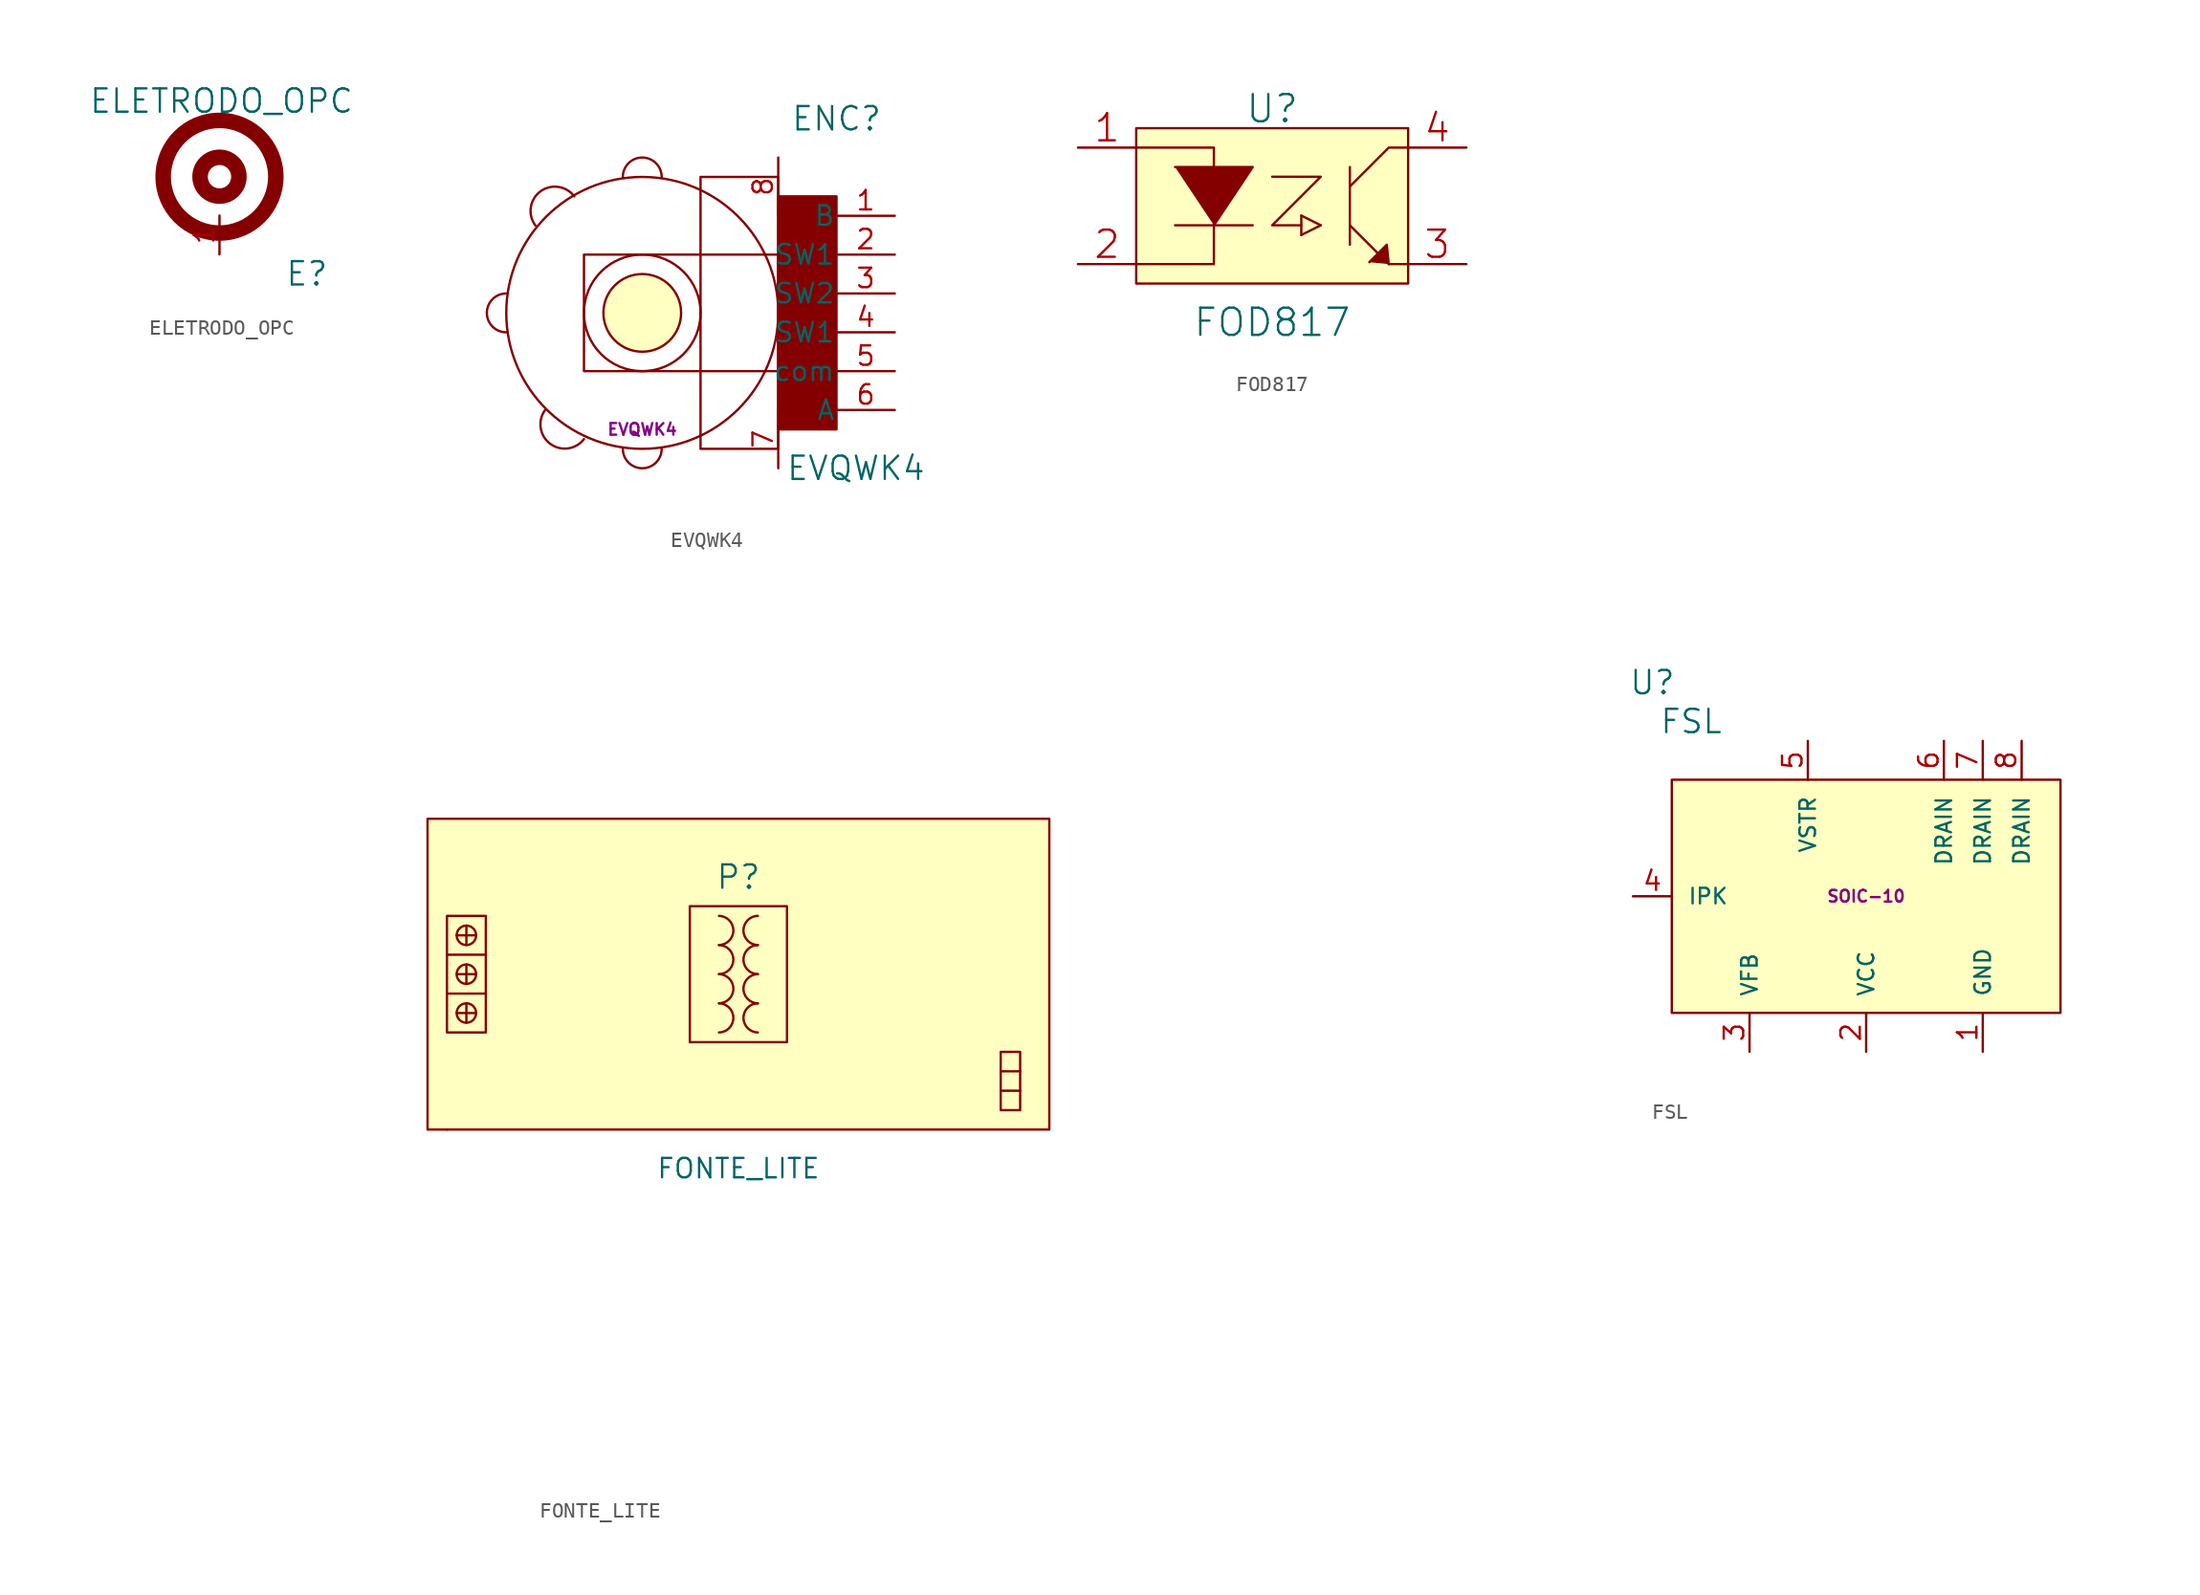
<source format=kicad_sym>
(kicad_symbol_lib
  (version 20220914)
  (generator kicad_symbol_editor)
  (symbol "ELETRODO_OPC"
    (pin_names
      (offset 1.016))
    (property "Reference" "E"
      (at 5.715 -6.35 0)
      (effects (font (size 1.524 1.524))))
    (property "Value" "ELETRODO_OPC"
      (at 0.127 4.953 0)
      (effects (font (size 1.524 1.524))))
    (property "Footprint" ""
      (at 0 0 0)
      (effects (font (size 1.524 1.524))))
    (property "Datasheet" ""
      (at 0 0 0)
      (effects (font (size 1.524 1.524))))
    (symbol "ELETRODO_OPC_0_1"
      (circle (center 0 0) (radius 1.27) (stroke (width 1.016) (type default)) (fill (type none)))
      (circle (center 0 0) (radius 3.683) (stroke (width 1.016) (type default)) (fill (type none))))
    (symbol "ELETRODO_OPC_1_1"
      (pin input line (at 0 -5.08 90) (length 2.54) (name "~" (effects (font (size 2.54 2.54)))) (number "1" (effects (font (size 1.27 1.27)))))))
  (symbol "EVQWK4"
    (pin_names
      (offset 0.051))
    (property "Reference" "ENC"
      (at 0 12.7 0)
      (effects (font (size 1.524 1.524))))
    (property "Value" "EVQWK4"
      (at 1.27 -10.16 0)
      (effects (font (size 1.524 1.524))))
    (property "Footprint" "EVQWK4"
      (at -12.7 -7.62 0)
      (effects (font (size 0.762 0.762))))
    (property "Datasheet" ""
      (at 0 0 0)
      (effects (font (size 1.524 1.524))))
    (symbol "EVQWK4_0_1"
      (arc (start -21.59 1.27) (mid -22.8545 0) (end -21.59 -1.27) (stroke (width 0) (type default)) (fill (type none)))
      (arc (start -19.05 -6.35) (mid -18.7279 -8.5538) (end -16.51 -8.255) (stroke (width 0) (type default)) (fill (type none)))
      (arc (start -17.145 7.62) (mid -19.3721 7.931) (end -19.685 5.715) (stroke (width 0) (type default)) (fill (type none)))
      (rectangle (start -16.51 3.81) (end -3.81 -3.81) (stroke (width 0) (type default)) (fill (type none)))
      (arc (start -13.97 -8.89) (mid -12.7 -10.1545) (end -11.43 -8.89) (stroke (width 0) (type default)) (fill (type none)))
      (circle (center -12.7 0) (radius 2.54) (stroke (width 0) (type default)) (fill (type background)))
      (circle (center -12.7 0) (radius 3.81) (stroke (width 0) (type default)) (fill (type none)))
      (circle (center -12.7 0) (radius 8.89) (stroke (width 0) (type default)) (fill (type none)))
      (arc (start -11.43 8.89) (mid -12.7 10.1545) (end -13.97 8.89) (stroke (width 0) (type default)) (fill (type none)))
      (rectangle (start -8.89 8.89) (end -3.81 -8.89) (stroke (width 0) (type default)) (fill (type none)))
      (rectangle (start 0 7.62) (end -3.81 -7.62) (stroke (width 0) (type default)) (fill (type outline))))
    (symbol "EVQWK4_1_1"
      (pin input line (at 3.81 6.35 180) (length 3.81) (name "B" (effects (font (size 1.27 1.27)))) (number "1" (effects (font (size 1.27 1.27)))))
      (pin input line (at 3.81 3.81 180) (length 3.81) (name "SW1" (effects (font (size 1.27 1.27)))) (number "2" (effects (font (size 1.27 1.27)))))
      (pin input line (at 3.81 1.27 180) (length 3.81) (name "SW2" (effects (font (size 1.27 1.27)))) (number "3" (effects (font (size 1.27 1.27)))))
      (pin input line (at 3.81 -1.27 180) (length 3.81) (name "SW1" (effects (font (size 1.27 1.27)))) (number "4" (effects (font (size 1.27 1.27)))))
      (pin input line (at 3.81 -3.81 180) (length 3.81) (name "com" (effects (font (size 1.27 1.27)))) (number "5" (effects (font (size 1.27 1.27)))))
      (pin input line (at 3.81 -6.35 180) (length 3.81) (name "A" (effects (font (size 1.27 1.27)))) (number "6" (effects (font (size 1.27 1.27)))))
      (pin input line (at -3.81 -10.16 90) (length 3.81) (name "~" (effects (font (size 1.27 1.27)))) (number "7" (effects (font (size 1.27 1.27)))))
      (pin input line (at -3.81 10.16 270) (length 3.81) (name "~" (effects (font (size 1.27 1.27)))) (number "8" (effects (font (size 1.27 1.27)))))))
  (symbol "FOD817"
    (pin_names
      (offset 0.254))
    (property "Reference" "U"
      (at 0 6.35 0)
      (effects (font (size 1.778 1.778))))
    (property "Value" "FOD817"
      (at 0 -7.62 0)
      (effects (font (size 1.778 1.778))))
    (property "Footprint" ""
      (at 0 0 0)
      (effects (font (size 1.524 1.524))))
    (property "Datasheet" ""
      (at 0 0 0)
      (effects (font (size 1.524 1.524))))
    (symbol "FOD817_0_0"
      (polyline (pts (xy -6.35 -1.27) (xy -1.27 -1.27)) (stroke (width 0) (type default)) (fill (type none))))
    (symbol "FOD817_0_1"
      (rectangle (start -8.89 5.08) (end 8.89 -5.08) (stroke (width 0) (type default)) (fill (type background)))
      (polyline (pts (xy 1.905 -1.905) (xy 1.905 -0.635)) (stroke (width 0) (type default)) (fill (type none)))
      (polyline (pts (xy 1.905 -1.905) (xy 3.175 -1.27)) (stroke (width 0) (type default)) (fill (type none)))
      (polyline (pts (xy 3.175 -1.27) (xy 1.905 -0.635)) (stroke (width 0) (type default)) (fill (type none)))
      (polyline (pts (xy 5.08 2.54) (xy 5.08 -2.54)) (stroke (width 0) (type default)) (fill (type none)))
      (polyline (pts (xy 6.985 -3.175) (xy 5.08 -1.27)) (stroke (width 0) (type default)) (fill (type none)))
      (polyline (pts (xy 8.89 -3.81) (xy 7.62 -3.81)) (stroke (width 0) (type default)) (fill (type none)))
      (polyline (pts (xy -8.89 3.81) (xy -3.81 3.81) (xy -3.81 2.54)) (stroke (width 0) (type default)) (fill (type none)))
      (polyline (pts (xy -6.35 2.54) (xy -1.27 2.54) (xy -3.81 -1.27)) (stroke (width 0) (type default)) (fill (type outline)))
      (polyline (pts (xy -3.81 -1.27) (xy -3.81 -3.81) (xy -8.89 -3.81)) (stroke (width 0) (type default)) (fill (type none)))
      (polyline (pts (xy 7.62 -3.81) (xy 7.493 -2.54) (xy 6.35 -3.683)) (stroke (width 0) (type default)) (fill (type outline)))
      (polyline (pts (xy 8.89 3.81) (xy 7.62 3.81) (xy 5.08 1.27)) (stroke (width 0) (type default)) (fill (type none)))
      (polyline (pts (xy 1.905 -1.27) (xy 0 -1.27) (xy 3.175 1.905) (xy 0 1.905)) (stroke (width 0) (type default)) (fill (type none))))
    (symbol "FOD817_1_1"
      (pin input line (at -12.7 3.81 0) (length 3.81) (name "~" (effects (font (size 1.778 1.778)))) (number "1" (effects (font (size 1.778 1.778)))))
      (pin input line (at -12.7 -3.81 0) (length 3.81) (name "~" (effects (font (size 1.778 1.778)))) (number "2" (effects (font (size 1.778 1.778)))))
      (pin input line (at 12.7 -3.81 180) (length 3.81) (name "~" (effects (font (size 1.778 1.778)))) (number "3" (effects (font (size 1.778 1.778)))))
      (pin input line (at 12.7 3.81 180) (length 3.81) (name "~" (effects (font (size 1.778 1.778)))) (number "4" (effects (font (size 1.778 1.778)))))))
  (symbol "FONTE_LITE"
    (pin_names
      (offset 0.254))
    (property "Reference" "P"
      (at 0 6.35 0)
      (effects (font (size 1.524 1.524))))
    (property "Value" "FONTE_LITE"
      (at 0 -12.7 0)
      (effects (font (size 1.27 1.27))))
    (property "Footprint" ""
      (at -1.27 -29.21 0)
      (effects (font (size 0.762 0.762))))
    (property "Datasheet" ""
      (at -38.1 17.78 0)
      (effects (font (size 1.524 1.524))))
    (symbol "FONTE_LITE_0_1"
      (rectangle (start -20.32 10.16) (end 20.32 -10.16) (stroke (width 0) (type default)) (fill (type background)))
      (rectangle (start -19.05 -10.16) (end -19.05 -10.16) (stroke (width 0) (type default)) (fill (type none)))
      (rectangle (start -19.05 3.81) (end -16.51 -3.81) (stroke (width 0) (type default)) (fill (type none)))
      (circle (center -17.78 -2.54) (radius 0.635) (stroke (width 0) (type default)) (fill (type none)))
      (circle (center -17.78 0) (radius 0.635) (stroke (width 0) (type default)) (fill (type none)))
      (circle (center -17.78 2.54) (radius 0.635) (stroke (width 0) (type default)) (fill (type none)))
      (rectangle (start -3.175 4.445) (end 3.175 -4.445) (stroke (width 0) (type default)) (fill (type none)))
      (arc (start -1.27 -3.81) (mid -0.3302 -2.8702) (end -1.27 -1.905) (stroke (width 0) (type default)) (fill (type none)))
      (arc (start -1.27 -1.905) (mid -0.3302 -0.9652) (end -1.27 0) (stroke (width 0) (type default)) (fill (type none)))
      (arc (start -1.27 0) (mid -0.3302 0.9398) (end -1.27 1.905) (stroke (width 0) (type default)) (fill (type none)))
      (arc (start -1.27 1.905) (mid -0.3302 2.8448) (end -1.27 3.81) (stroke (width 0) (type default)) (fill (type none)))
      (polyline (pts (xy -19.05 -1.27) (xy -16.51 -1.27)) (stroke (width 0) (type default)) (fill (type none)))
      (polyline (pts (xy -19.05 1.27) (xy -16.51 1.27)) (stroke (width 0) (type default)) (fill (type none)))
      (polyline (pts (xy -18.415 -2.54) (xy -17.145 -2.54)) (stroke (width 0) (type default)) (fill (type none)))
      (polyline (pts (xy -18.415 0) (xy -17.145 0)) (stroke (width 0) (type default)) (fill (type none)))
      (polyline (pts (xy -18.415 2.54) (xy -17.145 2.54)) (stroke (width 0) (type default)) (fill (type none)))
      (polyline (pts (xy -17.78 -1.905) (xy -17.78 -3.175)) (stroke (width 0) (type default)) (fill (type none)))
      (polyline (pts (xy -17.78 0.635) (xy -17.78 -0.635)) (stroke (width 0) (type default)) (fill (type none)))
      (polyline (pts (xy -17.78 3.175) (xy -17.78 1.905)) (stroke (width 0) (type default)) (fill (type none)))
      (polyline (pts (xy 17.145 -7.62) (xy 18.415 -7.62)) (stroke (width 0) (type default)) (fill (type none)))
      (polyline (pts (xy 17.145 -6.35) (xy 18.415 -6.35)) (stroke (width 0) (type default)) (fill (type none)))
      (arc (start 1.27 -1.905) (mid 0.3302 -2.8448) (end 1.27 -3.81) (stroke (width 0) (type default)) (fill (type none)))
      (arc (start 1.27 0) (mid 0.3302 -0.9398) (end 1.27 -1.905) (stroke (width 0) (type default)) (fill (type none)))
      (arc (start 1.27 1.905) (mid 0.3302 0.9652) (end 1.27 0) (stroke (width 0) (type default)) (fill (type none)))
      (arc (start 1.27 3.81) (mid 0.3302 2.8702) (end 1.27 1.905) (stroke (width 0) (type default)) (fill (type none)))
      (rectangle (start 17.145 -5.08) (end 18.415 -8.89) (stroke (width 0) (type default)) (fill (type none)))))
  (symbol "FSL"
    (pin_names
      (offset 1.016))
    (property "Reference" "U"
      (at -13.97 13.97 0)
      (effects (font (size 1.524 1.524))))
    (property "Value" "FSL"
      (at -11.43 11.43 0)
      (effects (font (size 1.524 1.524))))
    (property "Footprint" "SOIC-10"
      (at 0 0 0)
      (effects (font (size 0.762 0.762))))
    (property "Datasheet" ""
      (at -38.1 12.7 0)
      (effects (font (size 1.524 1.524))))
    (symbol "FSL_0_1"
      (rectangle (start -12.7 7.62) (end 12.7 -7.62) (stroke (width 0) (type default)) (fill (type background))))
    (symbol "FSL_1_1"
      (pin bidirectional line (at 7.62 -10.16 90) (length 2.54) (name "GND" (effects (font (size 1.016 1.016)))) (number "1" (effects (font (size 1.27 1.27)))))
      (pin bidirectional line (at 0 -10.16 90) (length 2.54) (name "VCC" (effects (font (size 1.016 1.016)))) (number "2" (effects (font (size 1.27 1.27)))))
      (pin bidirectional line (at -7.62 -10.16 90) (length 2.54) (name "VFB" (effects (font (size 1.016 1.016)))) (number "3" (effects (font (size 1.27 1.27)))))
      (pin bidirectional line (at -15.24 0 0) (length 2.54) (name "IPK" (effects (font (size 1.016 1.016)))) (number "4" (effects (font (size 1.27 1.27)))))
      (pin bidirectional line (at -3.81 10.16 270) (length 2.54) (name "VSTR" (effects (font (size 1.016 1.016)))) (number "5" (effects (font (size 1.27 1.27)))))
      (pin bidirectional line (at 5.08 10.16 270) (length 2.54) (name "DRAIN" (effects (font (size 1.016 1.016)))) (number "6" (effects (font (size 1.27 1.27)))))
      (pin bidirectional line (at 7.62 10.16 270) (length 2.54) (name "DRAIN" (effects (font (size 1.016 1.016)))) (number "7" (effects (font (size 1.27 1.27)))))
      (pin bidirectional line (at 10.16 10.16 270) (length 2.54) (name "DRAIN" (effects (font (size 1.016 1.016)))) (number "8" (effects (font (size 1.27 1.27))))))))
</source>
